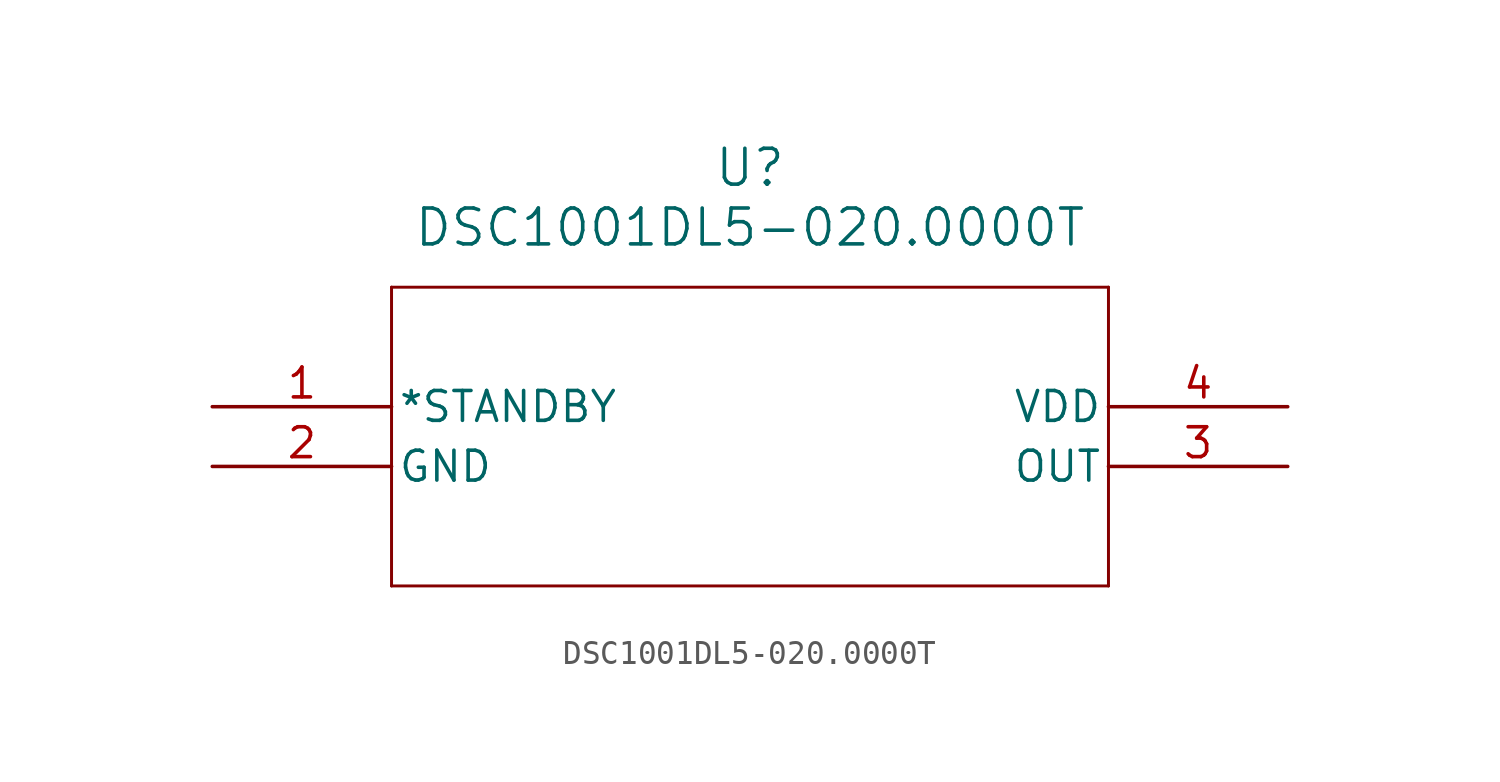
<source format=kicad_sym>
(kicad_symbol_lib
  (version 20211014)
  (generator kicad_symbol_editor)
  (symbol "DSC1001DL5-020.0000T"
    (pin_names
      (offset 0.254))
    (property "Reference" "U"
      (at 22.86 10.16 0)
      (effects (font (size 1.524 1.524))))
    (property "Value" "DSC1001DL5-020.0000T"
      (at 22.86 7.62 0)
      (effects (font (size 1.524 1.524))))
    (symbol "DSC1001DL5-020.0000T_0_1"
      (polyline (pts (xy 7.62 5.08) (xy 7.62 -7.62)) (stroke (width 0.127) (type default) (color 0 0 0 0)) (fill (type none)))
      (polyline (pts (xy 7.62 -7.62) (xy 38.1 -7.62)) (stroke (width 0.127) (type default) (color 0 0 0 0)) (fill (type none)))
      (polyline (pts (xy 38.1 -7.62) (xy 38.1 5.08)) (stroke (width 0.127) (type default) (color 0 0 0 0)) (fill (type none)))
      (polyline (pts (xy 38.1 5.08) (xy 7.62 5.08)) (stroke (width 0.127) (type default) (color 0 0 0 0)) (fill (type none)))
      (pin input line (at 0 0 0) (length 7.62) (name "*STANDBY" (effects (font (size 1.27 1.27)))) (number "1" (effects (font (size 1.27 1.27)))))
      (pin power_out line (at 0 -2.54 0) (length 7.62) (name "GND" (effects (font (size 1.27 1.27)))) (number "2" (effects (font (size 1.27 1.27)))))
      (pin output line (at 45.72 -2.54 180) (length 7.62) (name "OUT" (effects (font (size 1.27 1.27)))) (number "3" (effects (font (size 1.27 1.27)))))
      (pin power_in line (at 45.72 0 180) (length 7.62) (name "VDD" (effects (font (size 1.27 1.27)))) (number "4" (effects (font (size 1.27 1.27))))))))
</source>
